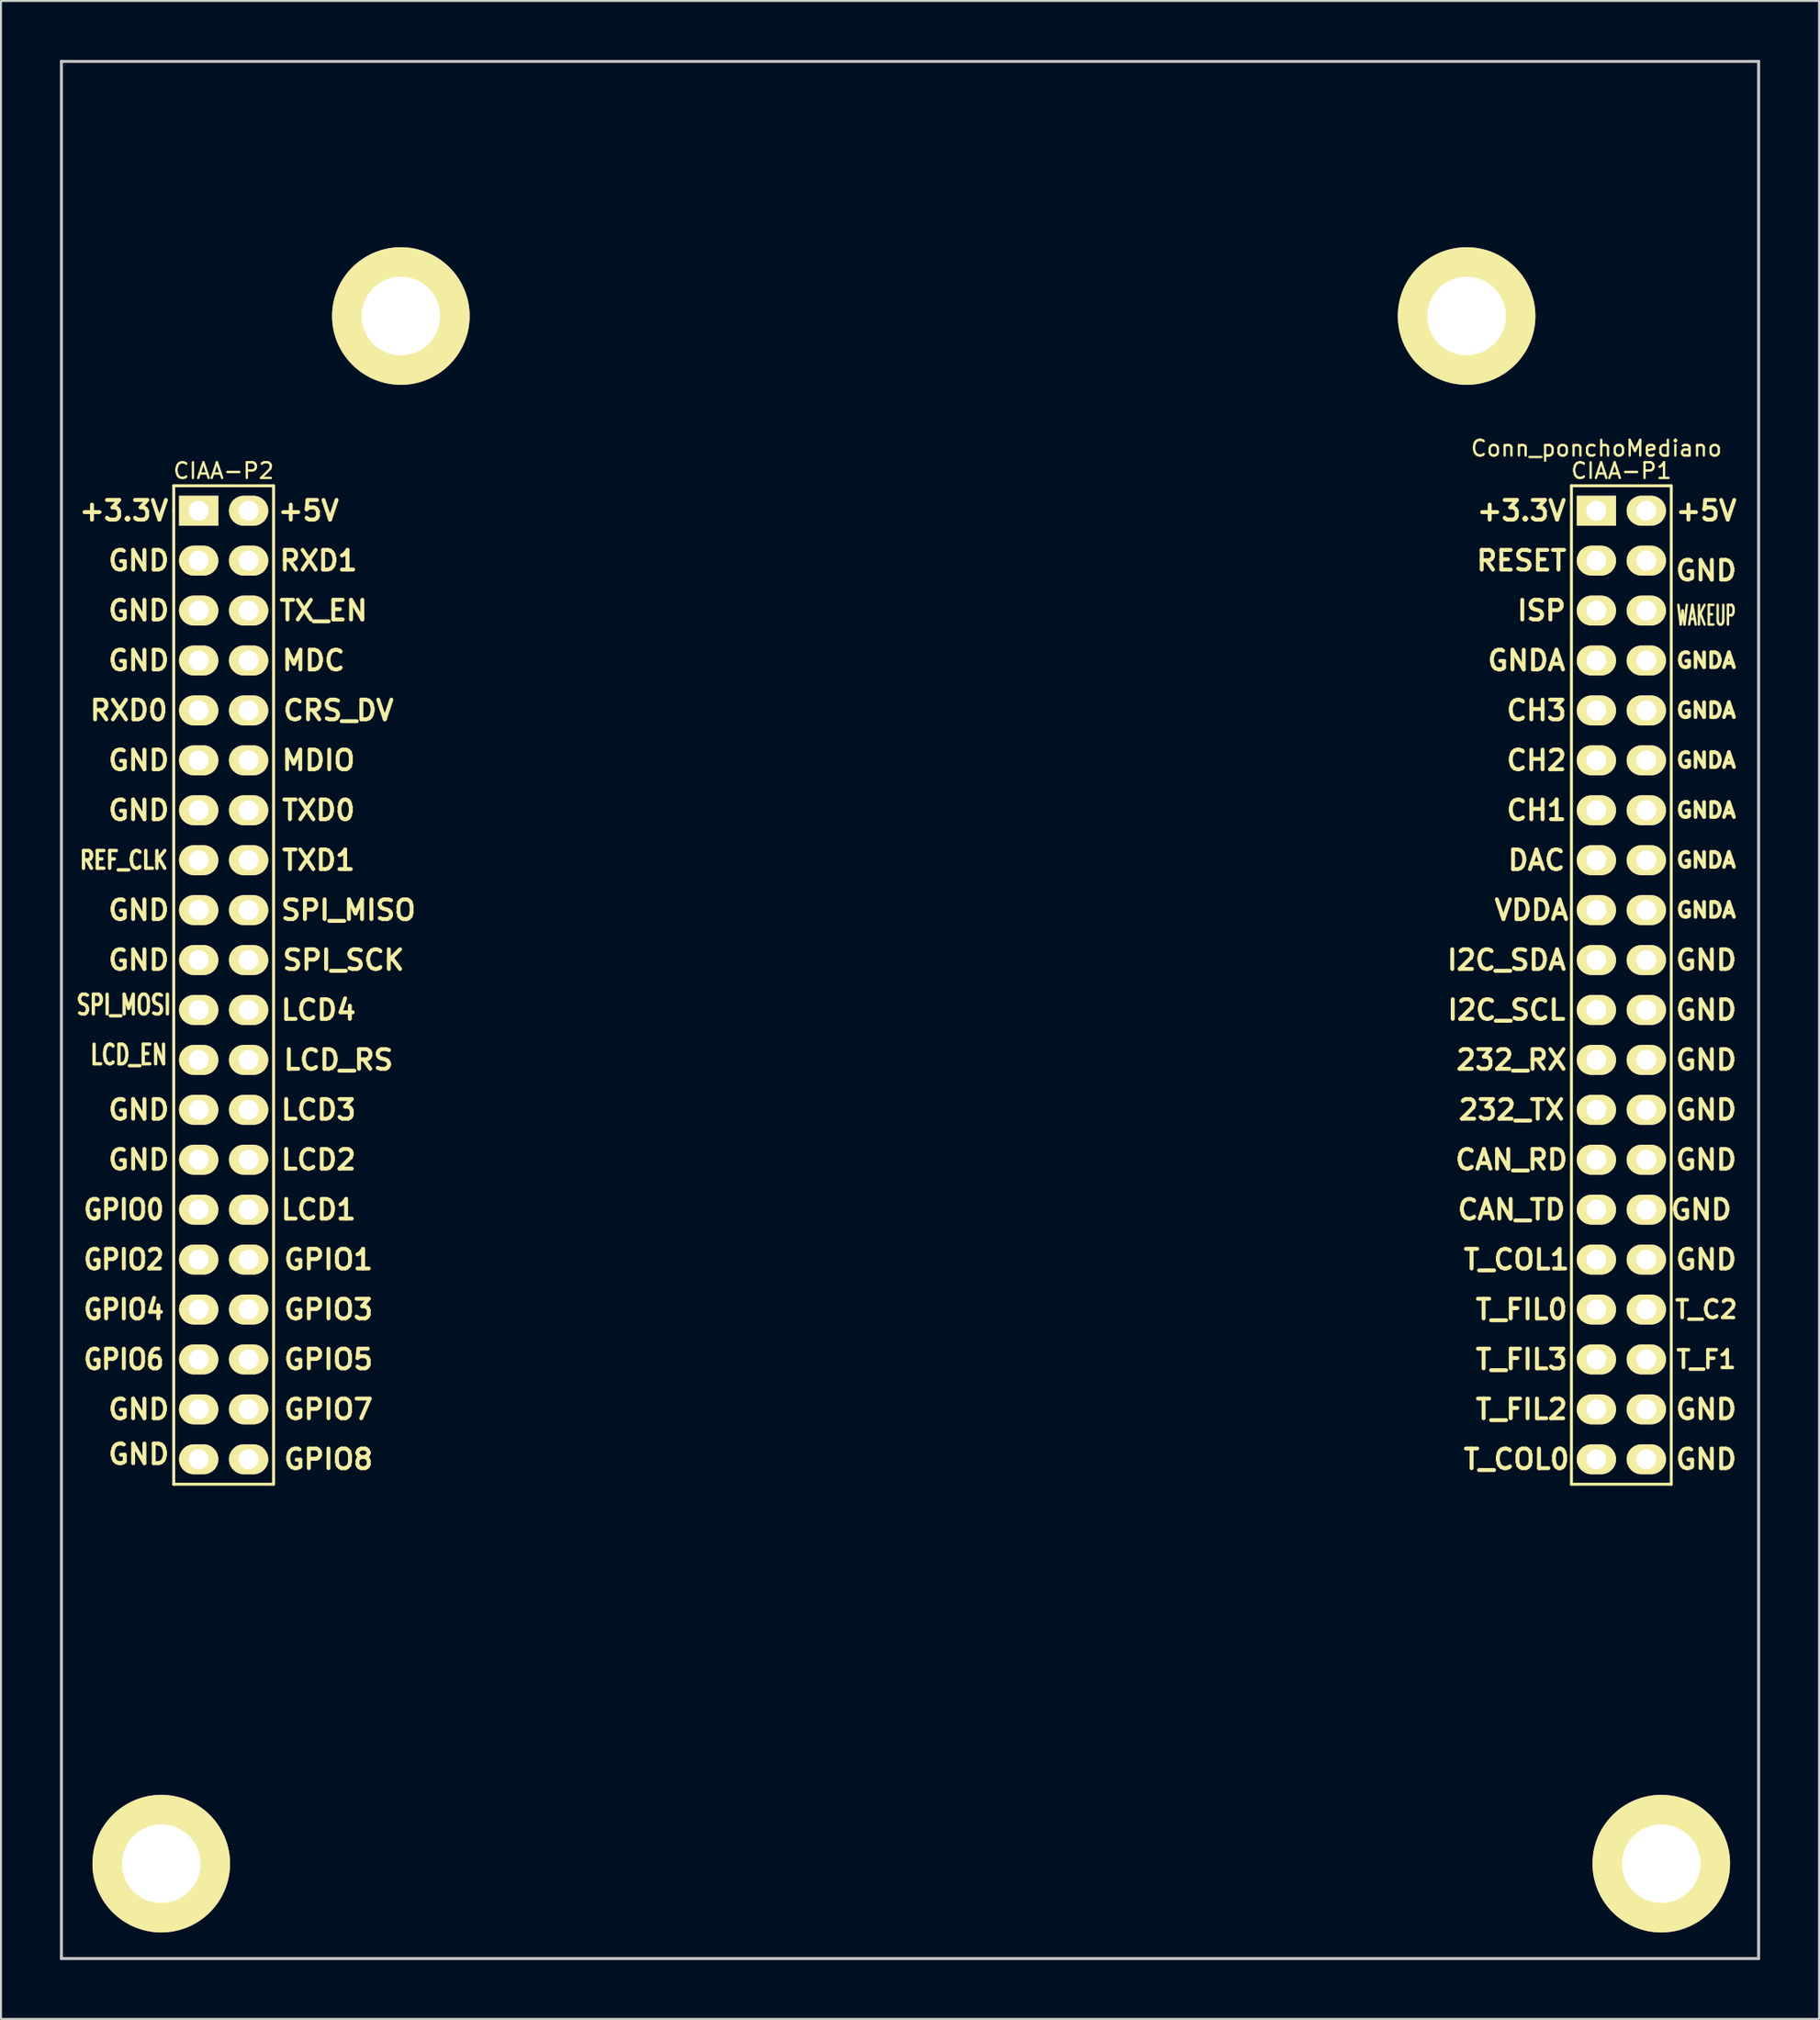
<source format=kicad_pcb>
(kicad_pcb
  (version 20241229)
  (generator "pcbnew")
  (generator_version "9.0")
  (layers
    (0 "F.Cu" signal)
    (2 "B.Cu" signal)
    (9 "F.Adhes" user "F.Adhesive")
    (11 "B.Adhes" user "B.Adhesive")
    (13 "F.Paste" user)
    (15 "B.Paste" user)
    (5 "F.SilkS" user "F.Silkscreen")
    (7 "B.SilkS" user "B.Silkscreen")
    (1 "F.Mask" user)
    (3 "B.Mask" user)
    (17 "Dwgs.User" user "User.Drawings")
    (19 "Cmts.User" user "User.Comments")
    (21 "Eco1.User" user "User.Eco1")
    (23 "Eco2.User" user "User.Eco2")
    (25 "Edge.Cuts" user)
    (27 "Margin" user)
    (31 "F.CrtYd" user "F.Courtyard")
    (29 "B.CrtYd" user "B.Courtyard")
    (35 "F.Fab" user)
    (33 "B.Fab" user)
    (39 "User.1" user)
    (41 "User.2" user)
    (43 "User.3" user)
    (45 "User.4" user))
  (footprint "Conn_ponchoMediano"
    (layer "F.Cu")
    (at 78.18 22.935)
    (property "Reference" "Conn_ponchoMediano" (at 0 -3.175 0) (layer "F.SilkS") (effects (font (size 0.8 0.8) (thickness 0.12))))
    (attr through_hole)
    (fp_line (start -72.39 -1.27) (end -67.31 -1.27) (stroke (width 0.15) (type solid)) (layer "F.SilkS"))
    (fp_line (start -72.39 0) (end -72.39 -1.27) (stroke (width 0.15) (type solid)) (layer "F.SilkS"))
    (fp_line (start -72.39 49.53) (end -72.39 0) (stroke (width 0.15) (type solid)) (layer "F.SilkS"))
    (fp_line (start -67.31 -1.27) (end -67.31 49.53) (stroke (width 0.15) (type solid)) (layer "F.SilkS"))
    (fp_line (start -67.31 49.53) (end -72.39 49.53) (stroke (width 0.15) (type solid)) (layer "F.SilkS"))
    (fp_line (start -1.27 49.53) (end -1.27 -1.27) (stroke (width 0.15) (type solid)) (layer "F.SilkS"))
    (fp_line (start 3.81 -1.27) (end -1.27 -1.27) (stroke (width 0.15) (type solid)) (layer "F.SilkS"))
    (fp_line (start 3.81 49.53) (end -1.27 49.53) (stroke (width 0.15) (type solid)) (layer "F.SilkS"))
    (fp_line (start 3.81 49.53) (end 3.81 -1.27) (stroke (width 0.15) (type solid)) (layer "F.SilkS"))
    (fp_line (start -78.105 -22.86) (end 8.255 -22.86) (stroke (width 0.15) (type solid)) (layer "Dwgs.User"))
    (fp_line (start -78.105 73.66) (end -78.105 -22.86) (stroke (width 0.15) (type solid)) (layer "Dwgs.User"))
    (fp_line (start 8.255 -22.86) (end 8.255 73.66) (stroke (width 0.15) (type solid)) (layer "Dwgs.User"))
    (fp_line (start 8.255 73.66) (end -78.105 73.66) (stroke (width 0.15) (type solid)) (layer "Dwgs.User"))
    (fp_text user "GND" (at 5.588 48.26 0) (layer "F.SilkS") (effects (font (size 1 1) (thickness 0.2))))
    (fp_text user "T_FIL3" (at -3.81 43.18 0) (layer "F.SilkS") (effects (font (size 1 1) (thickness 0.2))))
    (fp_text user "GPIO5" (at -64.516 43.18 0) (layer "F.SilkS") (effects (font (size 1 1) (thickness 0.2))))
    (fp_text user "GND" (at 5.588 30.48 0) (layer "F.SilkS") (effects (font (size 1 1) (thickness 0.2))))
    (fp_text user "WAKEUP" (at 5.588 5.334 0) (layer "F.SilkS") (effects (font (size 1 0.5) (thickness 0.125))))
    (fp_text user "GPIO2" (at -74.93 38.1 0) (layer "F.SilkS") (effects (font (size 1 0.9) (thickness 0.2))))
    (fp_text user "+3.3V" (at -74.93 0 0) (layer "F.SilkS") (effects (font (size 1 1) (thickness 0.2))))
    (fp_text user "RESET" (at -3.81 2.54 0) (layer "F.SilkS") (effects (font (size 1 1) (thickness 0.2))))
    (fp_text user "T_COL0" (at -4.064 48.26 0) (layer "F.SilkS") (effects (font (size 1 1) (thickness 0.2))))
    (fp_text user "LCD4" (at -65.024 25.4 0) (layer "F.SilkS") (effects (font (size 1 1) (thickness 0.2))))
    (fp_text user "SPI_MISO" (at -63.5 20.32 0) (layer "F.SilkS") (effects (font (size 1 1) (thickness 0.2))))
    (fp_text user "TXD0" (at -65.024 15.24 0) (layer "F.SilkS") (effects (font (size 1 1) (thickness 0.2))))
    (fp_text user "GNDA" (at 5.588 20.32 0) (layer "F.SilkS") (effects (font (size 0.76 0.76) (thickness 0.19))))
    (fp_text user "SPI_MOSI" (at -74.93 25.146 0) (layer "F.SilkS") (effects (font (size 1 0.7) (thickness 0.17))))
    (fp_text user "GNDA" (at 5.588 15.24 0) (layer "F.SilkS") (effects (font (size 0.76 0.76) (thickness 0.19))))
    (fp_text user "GPIO1" (at -64.516 38.1 0) (layer "F.SilkS") (effects (font (size 1 1) (thickness 0.2))))
    (fp_text user "GND" (at 5.588 38.1 0) (layer "F.SilkS") (effects (font (size 1 1) (thickness 0.2))))
    (fp_text user "CH2" (at -3.048 12.7 0) (layer "F.SilkS") (effects (font (size 1 1) (thickness 0.2))))
    (fp_text user "CRS_DV" (at -64.008 10.16 0) (layer "F.SilkS") (effects (font (size 1 1) (thickness 0.2))))
    (fp_text user "RXD1" (at -65.024 2.54 0) (layer "F.SilkS") (effects (font (size 1 1) (thickness 0.2))))
    (fp_text user "232_RX" (at -4.318 27.94 0) (layer "F.SilkS") (effects (font (size 1 1) (thickness 0.2))))
    (fp_text user "I2C_SCL" (at -4.572 25.4 0) (layer "F.SilkS") (effects (font (size 1 1) (thickness 0.2))))
    (fp_text user "+3.3V" (at -3.81 0 0) (layer "F.SilkS") (effects (font (size 1 1) (thickness 0.2))))
    (fp_text user "GND" (at -74.168 22.86 0) (layer "F.SilkS") (effects (font (size 1 1) (thickness 0.2))))
    (fp_text user "ISP" (at -2.794 5.08 0) (layer "F.SilkS") (effects (font (size 1 1) (thickness 0.2))))
    (fp_text user "GPIO6" (at -74.93 43.18 0) (layer "F.SilkS") (effects (font (size 1 0.9) (thickness 0.2))))
    (fp_text user "GNDA" (at 5.588 17.78 0) (layer "F.SilkS") (effects (font (size 0.76 0.76) (thickness 0.19))))
    (fp_text user "GND" (at 5.588 22.86 0) (layer "F.SilkS") (effects (font (size 1 1) (thickness 0.2))))
    (fp_text user "GND" (at -74.168 48.006 0) (layer "F.SilkS") (effects (font (size 1 1) (thickness 0.2))))
    (fp_text user "GND" (at 5.588 3.048 0) (layer "F.SilkS") (effects (font (size 1 1) (thickness 0.2))))
    (fp_text user "GPIO4" (at -74.93 40.64 0) (layer "F.SilkS") (effects (font (size 1 0.9) (thickness 0.2))))
    (fp_text user "GNDA" (at 5.588 12.7 0) (layer "F.SilkS") (effects (font (size 0.76 0.76) (thickness 0.19))))
    (fp_text user "+5V" (at -65.532 0 0) (layer "F.SilkS") (effects (font (size 1 1) (thickness 0.2))))
    (fp_text user "GND" (at 5.588 25.4 0) (layer "F.SilkS") (effects (font (size 1 1) (thickness 0.2))))
    (fp_text user "LCD1" (at -65.024 35.56 0) (layer "F.SilkS") (effects (font (size 1 1) (thickness 0.2))))
    (fp_text user "GNDA" (at -3.556 7.62 0) (layer "F.SilkS") (effects (font (size 1 1) (thickness 0.2))))
    (fp_text user "GND" (at -74.168 30.48 0) (layer "F.SilkS") (effects (font (size 1 1) (thickness 0.2))))
    (fp_text user "GPIO0" (at -74.93 35.56 0) (layer "F.SilkS") (effects (font (size 1 0.9) (thickness 0.2))))
    (fp_text user "GND" (at 5.588 27.94 0) (layer "F.SilkS") (effects (font (size 1 1) (thickness 0.2))))
    (fp_text user "LCD_RS" (at -64.008 27.94 0) (layer "F.SilkS") (effects (font (size 1 1) (thickness 0.2))))
    (fp_text user "GPIO7" (at -64.516 45.72 0) (layer "F.SilkS") (effects (font (size 1 1) (thickness 0.2))))
    (fp_text user "TXD1" (at -65.024 17.78 0) (layer "F.SilkS") (effects (font (size 1 1) (thickness 0.2))))
    (fp_text user "T_COL1" (at -4.064 38.1 0) (layer "F.SilkS") (effects (font (size 1 1) (thickness 0.2))))
    (fp_text user "GPIO3" (at -64.516 40.64 0) (layer "F.SilkS") (effects (font (size 1 1) (thickness 0.2))))
    (fp_text user "GPIO8" (at -64.516 48.26 0) (layer "F.SilkS") (effects (font (size 1 1) (thickness 0.2))))
    (fp_text user "T_FIL2" (at -3.81 45.72 0) (layer "F.SilkS") (effects (font (size 1 1) (thickness 0.2))))
    (fp_text user "CH3" (at -3.048 10.16 0) (layer "F.SilkS") (effects (font (size 1 1) (thickness 0.2))))
    (fp_text user "GNDA" (at 5.588 7.62 0) (layer "F.SilkS") (effects (font (size 0.76 0.76) (thickness 0.19))))
    (fp_text user "GND" (at 5.588 45.72 0) (layer "F.SilkS") (effects (font (size 1 1) (thickness 0.2))))
    (fp_text user "GNDA" (at 5.588 10.16 0) (layer "F.SilkS") (effects (font (size 0.76 0.76) (thickness 0.19))))
    (fp_text user "CIAA-P2" (at -69.85 -2.032 0) (layer "F.SilkS") (effects (font (size 0.8 0.8) (thickness 0.12))))
    (fp_text user "VDDA" (at -3.302 20.32 0) (layer "F.SilkS") (effects (font (size 1 1) (thickness 0.2))))
    (fp_text user "GND" (at 5.334 35.56 0) (layer "F.SilkS") (effects (font (size 1 1) (thickness 0.2))))
    (fp_text user "LCD3" (at -65.024 30.48 0) (layer "F.SilkS") (effects (font (size 1 1) (thickness 0.2))))
    (fp_text user "GND" (at -74.168 20.32 0) (layer "F.SilkS") (effects (font (size 1 1) (thickness 0.2))))
    (fp_text user "TX_EN" (at -64.77 5.08 0) (layer "F.SilkS") (effects (font (size 1 1) (thickness 0.2))))
    (fp_text user "GND" (at 5.588 33.02 0) (layer "F.SilkS") (effects (font (size 1 1) (thickness 0.2))))
    (fp_text user "MDIO" (at -65.024 12.7 0) (layer "F.SilkS") (effects (font (size 1 1) (thickness 0.2))))
    (fp_text user "GND" (at -74.168 12.7 0) (layer "F.SilkS") (effects (font (size 1 1) (thickness 0.2))))
    (fp_text user "GND" (at -74.168 15.24 0) (layer "F.SilkS") (effects (font (size 1 1) (thickness 0.2))))
    (fp_text user "232_TX" (at -4.318 30.48 0) (layer "F.SilkS") (effects (font (size 1 1) (thickness 0.2))))
    (fp_text user "SPI_SCK" (at -63.754 22.86 0) (layer "F.SilkS") (effects (font (size 1 1) (thickness 0.2))))
    (fp_text user "REF_CLK" (at -74.93 17.78 0) (layer "F.SilkS") (effects (font (size 0.9 0.7) (thickness 0.175))))
    (fp_text user "RXD0" (at -74.676 10.16 0) (layer "F.SilkS") (effects (font (size 1 1) (thickness 0.2))))
    (fp_text user "T_F1" (at 5.588 43.18 0) (layer "F.SilkS") (effects (font (size 0.9 0.9) (thickness 0.18))))
    (fp_text user "LCD2" (at -65.024 33.02 0) (layer "F.SilkS") (effects (font (size 1 1) (thickness 0.2))))
    (fp_text user "CAN_TD" (at -4.318 35.56 0) (layer "F.SilkS") (effects (font (size 1 1) (thickness 0.2))))
    (fp_text user "DAC" (at -3.048 17.78 0) (layer "F.SilkS") (effects (font (size 1 1) (thickness 0.2))))
    (fp_text user "+5V" (at 5.588 0 0) (layer "F.SilkS") (effects (font (size 1 1) (thickness 0.2))))
    (fp_text user "CIAA-P1" (at 1.27 -2.032 0) (layer "F.SilkS") (effects (font (size 0.8 0.8) (thickness 0.12))))
    (fp_text user "GND" (at -74.168 7.62 0) (layer "F.SilkS") (effects (font (size 1 1) (thickness 0.2))))
    (fp_text user "GND" (at -74.168 45.72 0) (layer "F.SilkS") (effects (font (size 1 1) (thickness 0.2))))
    (fp_text user "CAN_RD" (at -4.318 33.02 0) (layer "F.SilkS") (effects (font (size 1 1) (thickness 0.2))))
    (fp_text user "GND" (at -74.168 5.08 0) (layer "F.SilkS") (effects (font (size 1 1) (thickness 0.2))))
    (fp_text user "GND" (at -74.168 33.02 0) (layer "F.SilkS") (effects (font (size 1 1) (thickness 0.2))))
    (fp_text user "MDC" (at -65.278 7.62 0) (layer "F.SilkS") (effects (font (size 1 1) (thickness 0.2))))
    (fp_text user "CH1" (at -3.048 15.24 0) (layer "F.SilkS") (effects (font (size 1 1) (thickness 0.2))))
    (fp_text user "LCD_EN" (at -74.676 27.686 0) (layer "F.SilkS") (effects (font (size 1 0.7) (thickness 0.17))))
    (fp_text user "I2C_SDA" (at -4.572 22.86 0) (layer "F.SilkS") (effects (font (size 1 1) (thickness 0.2))))
    (fp_text user "GND" (at -74.168 2.54 0) (layer "F.SilkS") (effects (font (size 1 1) (thickness 0.2))))
    (fp_text user "T_C2" (at 5.588 40.64 0) (layer "F.SilkS") (effects (font (size 0.9 0.9) (thickness 0.18))))
    (fp_text user "T_FIL0" (at -3.81 40.64 0) (layer "F.SilkS") (effects (font (size 1 1) (thickness 0.2))))
    (pad "1" thru_hole rect (at 0 0 270) (size 1.524 2) (drill 1.016) (layers "*.Cu" "*.Mask" "F.SilkS"))
    (pad "2" thru_hole oval (at 2.54 0 270) (size 1.524 2) (drill 1.016) (layers "*.Cu" "*.Mask" "F.SilkS"))
    (pad "3" thru_hole oval (at 0 2.54 270) (size 1.524 2) (drill 1.016) (layers "*.Cu" "*.Mask" "F.SilkS"))
    (pad "4" thru_hole oval (at 2.54 2.54 270) (size 1.524 2) (drill 1.016) (layers "*.Cu" "*.Mask" "F.SilkS"))
    (pad "5" thru_hole oval (at 0 5.08 270) (size 1.524 2) (drill 1.016) (layers "*.Cu" "*.Mask" "F.SilkS"))
    (pad "6" thru_hole oval (at 2.54 5.08 270) (size 1.524 2) (drill 1.016) (layers "*.Cu" "*.Mask" "F.SilkS"))
    (pad "7" thru_hole oval (at 0 7.62 270) (size 1.524 2) (drill 1.016) (layers "*.Cu" "*.Mask" "F.SilkS"))
    (pad "8" thru_hole oval (at 2.54 7.62 270) (size 1.524 2) (drill 1.016) (layers "*.Cu" "*.Mask" "F.SilkS"))
    (pad "9" thru_hole oval (at 0 10.16 270) (size 1.524 2) (drill 1.016) (layers "*.Cu" "*.Mask" "F.SilkS"))
    (pad "10" thru_hole oval (at 2.54 10.16 270) (size 1.524 2) (drill 1.016) (layers "*.Cu" "*.Mask" "F.SilkS"))
    (pad "11" thru_hole oval (at 0 12.7 270) (size 1.524 2) (drill 1.016) (layers "*.Cu" "*.Mask" "F.SilkS"))
    (pad "12" thru_hole oval (at 2.54 12.7 270) (size 1.524 2) (drill 1.016) (layers "*.Cu" "*.Mask" "F.SilkS"))
    (pad "13" thru_hole oval (at 0 15.24 270) (size 1.524 2) (drill 1.016) (layers "*.Cu" "*.Mask" "F.SilkS"))
    (pad "14" thru_hole oval (at 2.54 15.24 270) (size 1.524 2) (drill 1.016) (layers "*.Cu" "*.Mask" "F.SilkS"))
    (pad "15" thru_hole oval (at 0 17.78 270) (size 1.524 2) (drill 1.016) (layers "*.Cu" "*.Mask" "F.SilkS"))
    (pad "16" thru_hole oval (at 2.54 17.78 270) (size 1.524 2) (drill 1.016) (layers "*.Cu" "*.Mask" "F.SilkS"))
    (pad "17" thru_hole oval (at 0 20.32 270) (size 1.524 2) (drill 1.016) (layers "*.Cu" "*.Mask" "F.SilkS"))
    (pad "18" thru_hole oval (at 2.54 20.32 270) (size 1.524 2) (drill 1.016) (layers "*.Cu" "*.Mask" "F.SilkS"))
    (pad "19" thru_hole oval (at 0 22.86 270) (size 1.524 2) (drill 1.016) (layers "*.Cu" "*.Mask" "F.SilkS"))
    (pad "20" thru_hole oval (at 2.54 22.86 270) (size 1.524 2) (drill 1.016) (layers "*.Cu" "*.Mask" "F.SilkS"))
    (pad "21" thru_hole oval (at 0 25.4 270) (size 1.524 2) (drill 1.016) (layers "*.Cu" "*.Mask" "F.SilkS"))
    (pad "22" thru_hole oval (at 2.54 25.4 270) (size 1.524 2) (drill 1.016) (layers "*.Cu" "*.Mask" "F.SilkS"))
    (pad "23" thru_hole oval (at 0 27.94 270) (size 1.524 2) (drill 1.016) (layers "*.Cu" "*.Mask" "F.SilkS"))
    (pad "24" thru_hole oval (at 2.54 27.94 270) (size 1.524 2) (drill 1.016) (layers "*.Cu" "*.Mask" "F.SilkS"))
    (pad "25" thru_hole oval (at 0 30.48 270) (size 1.524 2) (drill 1.016) (layers "*.Cu" "*.Mask" "F.SilkS"))
    (pad "26" thru_hole oval (at 2.54 30.48 270) (size 1.524 2) (drill 1.016) (layers "*.Cu" "*.Mask" "F.SilkS"))
    (pad "27" thru_hole oval (at 0 33.02 270) (size 1.524 2) (drill 1.016) (layers "*.Cu" "*.Mask" "F.SilkS"))
    (pad "28" thru_hole oval (at 2.54 33.02 270) (size 1.524 2) (drill 1.016) (layers "*.Cu" "*.Mask" "F.SilkS"))
    (pad "29" thru_hole oval (at 0 35.56 270) (size 1.524 2) (drill 1.016) (layers "*.Cu" "*.Mask" "F.SilkS"))
    (pad "30" thru_hole oval (at 2.54 35.56 270) (size 1.524 2) (drill 1.016) (layers "*.Cu" "*.Mask" "F.SilkS"))
    (pad "31" thru_hole oval (at 0 38.1 270) (size 1.524 2) (drill 1.016) (layers "*.Cu" "*.Mask" "F.SilkS"))
    (pad "32" thru_hole oval (at 2.54 38.1 270) (size 1.524 2) (drill 1.016) (layers "*.Cu" "*.Mask" "F.SilkS"))
    (pad "33" thru_hole oval (at 0 40.64 270) (size 1.524 2) (drill 1.016) (layers "*.Cu" "*.Mask" "F.SilkS"))
    (pad "34" thru_hole oval (at 2.54 40.64 270) (size 1.524 2) (drill 1.016) (layers "*.Cu" "*.Mask" "F.SilkS"))
    (pad "35" thru_hole oval (at 0 43.18 270) (size 1.524 2) (drill 1.016) (layers "*.Cu" "*.Mask" "F.SilkS"))
    (pad "36" thru_hole oval (at 2.54 43.18 270) (size 1.524 2) (drill 1.016) (layers "*.Cu" "*.Mask" "F.SilkS"))
    (pad "37" thru_hole oval (at 0 45.72 270) (size 1.524 2) (drill 1.016) (layers "*.Cu" "*.Mask" "F.SilkS"))
    (pad "38" thru_hole oval (at 2.54 45.72 270) (size 1.524 2) (drill 1.016) (layers "*.Cu" "*.Mask" "F.SilkS"))
    (pad "39" thru_hole oval (at 0 48.26 270) (size 1.524 2) (drill 1.016) (layers "*.Cu" "*.Mask" "F.SilkS"))
    (pad "40" thru_hole oval (at 2.54 48.26 270) (size 1.524 2) (drill 1.016) (layers "*.Cu" "*.Mask" "F.SilkS"))
    (pad "41" thru_hole rect (at -71.12 0 270) (size 1.524 2) (drill 1.016) (layers "*.Cu" "*.Mask" "F.SilkS"))
    (pad "42" thru_hole oval (at -68.58 0 270) (size 1.524 2) (drill 1.016) (layers "*.Cu" "*.Mask" "F.SilkS"))
    (pad "43" thru_hole oval (at -71.12 2.54 270) (size 1.524 2) (drill 1.016) (layers "*.Cu" "*.Mask" "F.SilkS"))
    (pad "44" thru_hole oval (at -68.58 2.54 270) (size 1.524 2) (drill 1.016) (layers "*.Cu" "*.Mask" "F.SilkS"))
    (pad "45" thru_hole oval (at -71.12 5.08 270) (size 1.524 2) (drill 1.016) (layers "*.Cu" "*.Mask" "F.SilkS"))
    (pad "46" thru_hole oval (at -68.58 5.08 270) (size 1.524 2) (drill 1.016) (layers "*.Cu" "*.Mask" "F.SilkS"))
    (pad "47" thru_hole oval (at -71.12 7.62 270) (size 1.524 2) (drill 1.016) (layers "*.Cu" "*.Mask" "F.SilkS"))
    (pad "48" thru_hole oval (at -68.58 7.62 270) (size 1.524 2) (drill 1.016) (layers "*.Cu" "*.Mask" "F.SilkS"))
    (pad "49" thru_hole oval (at -71.12 10.16 270) (size 1.524 2) (drill 1.016) (layers "*.Cu" "*.Mask" "F.SilkS"))
    (pad "50" thru_hole oval (at -68.58 10.16 270) (size 1.524 2) (drill 1.016) (layers "*.Cu" "*.Mask" "F.SilkS"))
    (pad "51" thru_hole oval (at -71.12 12.7 270) (size 1.524 2) (drill 1.016) (layers "*.Cu" "*.Mask" "F.SilkS"))
    (pad "52" thru_hole oval (at -68.58 12.7 270) (size 1.524 2) (drill 1.016) (layers "*.Cu" "*.Mask" "F.SilkS"))
    (pad "53" thru_hole oval (at -71.12 15.24 270) (size 1.524 2) (drill 1.016) (layers "*.Cu" "*.Mask" "F.SilkS"))
    (pad "54" thru_hole oval (at -68.58 15.24 270) (size 1.524 2) (drill 1.016) (layers "*.Cu" "*.Mask" "F.SilkS"))
    (pad "55" thru_hole oval (at -71.12 17.78 270) (size 1.524 2) (drill 1.016) (layers "*.Cu" "*.Mask" "F.SilkS"))
    (pad "56" thru_hole oval (at -68.58 17.78 270) (size 1.524 2) (drill 1.016) (layers "*.Cu" "*.Mask" "F.SilkS"))
    (pad "57" thru_hole oval (at -71.12 20.32 270) (size 1.524 2) (drill 1.016) (layers "*.Cu" "*.Mask" "F.SilkS"))
    (pad "58" thru_hole oval (at -68.58 20.32 270) (size 1.524 2) (drill 1.016) (layers "*.Cu" "*.Mask" "F.SilkS"))
    (pad "59" thru_hole oval (at -71.12 22.86 270) (size 1.524 2) (drill 1.016) (layers "*.Cu" "*.Mask" "F.SilkS"))
    (pad "60" thru_hole oval (at -68.58 22.86 270) (size 1.524 2) (drill 1.016) (layers "*.Cu" "*.Mask" "F.SilkS"))
    (pad "61" thru_hole oval (at -71.12 25.4 270) (size 1.524 2) (drill 1.016) (layers "*.Cu" "*.Mask" "F.SilkS"))
    (pad "62" thru_hole oval (at -68.58 25.4 270) (size 1.524 2) (drill 1.016) (layers "*.Cu" "*.Mask" "F.SilkS"))
    (pad "63" thru_hole oval (at -71.12 27.94 270) (size 1.524 2) (drill 1.016) (layers "*.Cu" "*.Mask" "F.SilkS"))
    (pad "64" thru_hole oval (at -68.58 27.94 270) (size 1.524 2) (drill 1.016) (layers "*.Cu" "*.Mask" "F.SilkS"))
    (pad "65" thru_hole oval (at -71.12 30.48 270) (size 1.524 2) (drill 1.016) (layers "*.Cu" "*.Mask" "F.SilkS"))
    (pad "66" thru_hole oval (at -68.58 30.48 270) (size 1.524 2) (drill 1.016) (layers "*.Cu" "*.Mask" "F.SilkS"))
    (pad "67" thru_hole oval (at -71.12 33.02 270) (size 1.524 2) (drill 1.016) (layers "*.Cu" "*.Mask" "F.SilkS"))
    (pad "68" thru_hole oval (at -68.58 33.02 270) (size 1.524 2) (drill 1.016) (layers "*.Cu" "*.Mask" "F.SilkS"))
    (pad "69" thru_hole oval (at -71.12 35.56 270) (size 1.524 2) (drill 1.016) (layers "*.Cu" "*.Mask" "F.SilkS"))
    (pad "70" thru_hole oval (at -68.58 35.56 270) (size 1.524 2) (drill 1.016) (layers "*.Cu" "*.Mask" "F.SilkS"))
    (pad "71" thru_hole oval (at -71.12 38.1 270) (size 1.524 2) (drill 1.016) (layers "*.Cu" "*.Mask" "F.SilkS"))
    (pad "72" thru_hole oval (at -68.58 38.1 270) (size 1.524 2) (drill 1.016) (layers "*.Cu" "*.Mask" "F.SilkS"))
    (pad "73" thru_hole oval (at -71.12 40.64 270) (size 1.524 2) (drill 1.016) (layers "*.Cu" "*.Mask" "F.SilkS"))
    (pad "74" thru_hole oval (at -68.58 40.64 270) (size 1.524 2) (drill 1.016) (layers "*.Cu" "*.Mask" "F.SilkS"))
    (pad "75" thru_hole oval (at -71.12 43.18 270) (size 1.524 2) (drill 1.016) (layers "*.Cu" "*.Mask" "F.SilkS"))
    (pad "76" thru_hole oval (at -68.58 43.18 270) (size 1.524 2) (drill 1.016) (layers "*.Cu" "*.Mask" "F.SilkS"))
    (pad "77" thru_hole oval (at -71.12 45.72 270) (size 1.524 2) (drill 1.016) (layers "*.Cu" "*.Mask" "F.SilkS"))
    (pad "78" thru_hole oval (at -68.58 45.72 270) (size 1.524 2) (drill 1.016) (layers "*.Cu" "*.Mask" "F.SilkS"))
    (pad "79" thru_hole oval (at -71.12 48.26 270) (size 1.524 2) (drill 1.016) (layers "*.Cu" "*.Mask" "F.SilkS"))
    (pad "80" thru_hole oval (at -68.58 48.26 270) (size 1.524 2) (drill 1.016) (layers "*.Cu" "*.Mask" "F.SilkS"))
    (pad "~" thru_hole circle (at -73.025 68.834) (size 7 7) (drill 4) (layers "*.Cu" "*.Mask" "F.SilkS"))
    (pad "~" thru_hole circle (at -60.833 -9.906) (size 7 7) (drill 4) (layers "*.Cu" "*.Mask" "F.SilkS"))
    (pad "~" thru_hole circle (at -6.604 -9.906) (size 7 7) (drill 4) (layers "*.Cu" "*.Mask" "F.SilkS"))
    (pad "~" thru_hole circle (at 3.302 68.834) (size 7 7) (drill 4) (layers "*.Cu" "*.Mask" "F.SilkS")))
  (gr_rect
    (start -3 -3)
    (end 89.51 99.67)
    (stroke (width 0.1) (type default))
    (fill no)
    (layer "Edge.Cuts")))
</source>
